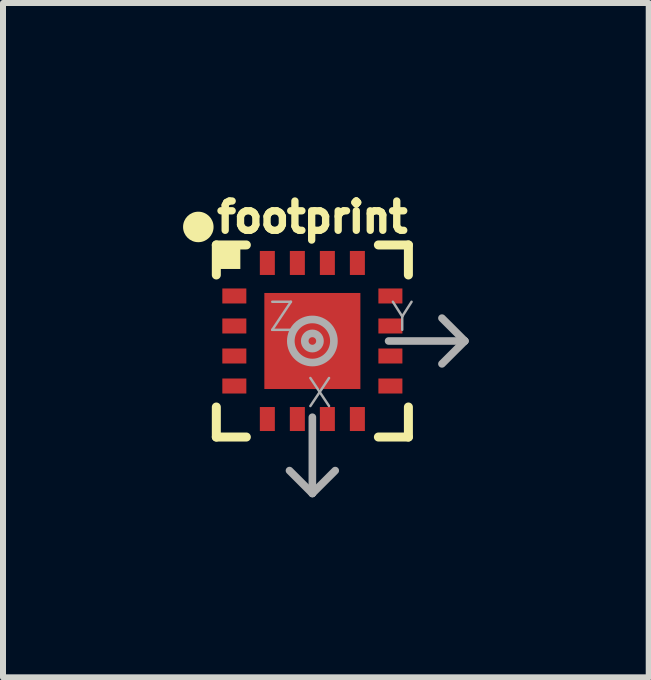
<source format=kicad_pcb>
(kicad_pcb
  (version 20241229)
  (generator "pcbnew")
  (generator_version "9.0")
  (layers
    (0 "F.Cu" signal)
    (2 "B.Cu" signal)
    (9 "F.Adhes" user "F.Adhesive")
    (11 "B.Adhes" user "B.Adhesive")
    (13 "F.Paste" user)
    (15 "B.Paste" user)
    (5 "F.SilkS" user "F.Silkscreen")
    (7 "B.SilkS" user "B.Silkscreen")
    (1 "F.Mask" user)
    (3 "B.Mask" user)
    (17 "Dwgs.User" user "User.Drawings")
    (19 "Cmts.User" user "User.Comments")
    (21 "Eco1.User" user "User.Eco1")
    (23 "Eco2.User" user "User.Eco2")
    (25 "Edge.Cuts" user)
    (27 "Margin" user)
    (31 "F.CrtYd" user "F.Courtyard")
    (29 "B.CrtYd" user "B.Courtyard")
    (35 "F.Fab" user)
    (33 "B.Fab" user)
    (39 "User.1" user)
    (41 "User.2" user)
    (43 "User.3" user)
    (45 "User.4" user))
  (footprint "footprint"
    (layer "F.Cu")
    (at 2.154 2.631)
    (property "Reference" "footprint" (at 0 -1.778 0) (layer "F.SilkS") (effects (font (size 0.488 0.488) (thickness 0.122)) (justify bottom)))
    (fp_poly (pts (xy -0.9 0.9) (xy 0.9 0.9) (xy 0.9 -0.9) (xy -0.9 -0.9)) (stroke (width 0) (type solid)) (fill yes) (layer "F.Mask"))
    (fp_line (start -1.6 -1.6) (end -1.1 -1.6) (stroke (width 0.15) (type solid)) (layer "F.SilkS"))
    (fp_line (start -1.6 -1.1) (end -1.6 -1.6) (stroke (width 0.15) (type solid)) (layer "F.SilkS"))
    (fp_line (start -1.6 1.6) (end -1.6 1.1) (stroke (width 0.15) (type solid)) (layer "F.SilkS"))
    (fp_line (start -1.1 1.6) (end -1.6 1.6) (stroke (width 0.15) (type solid)) (layer "F.SilkS"))
    (fp_line (start 1.1 -1.6) (end 1.6 -1.6) (stroke (width 0.15) (type solid)) (layer "F.SilkS"))
    (fp_line (start 1.6 -1.6) (end 1.6 -1.1) (stroke (width 0.15) (type solid)) (layer "F.SilkS"))
    (fp_line (start 1.6 1.1) (end 1.6 1.6) (stroke (width 0.15) (type solid)) (layer "F.SilkS"))
    (fp_line (start 1.6 1.6) (end 1.1 1.6) (stroke (width 0.15) (type solid)) (layer "F.SilkS"))
    (fp_circle (center -1.9 -1.9) (end -1.773 -1.9) (stroke (width 0.254) (type solid)) (fill yes) (layer "F.SilkS"))
    (fp_poly (pts (xy -1.6 -1.2) (xy -1.2 -1.2) (xy -1.2 -1.6) (xy -1.6 -1.6)) (stroke (width 0) (type solid)) (fill yes) (layer "F.SilkS"))
    (fp_poly (pts (xy -0.356 0.356) (xy 0.356 0.356) (xy 0.356 -0.356) (xy -0.356 -0.356)) (stroke (width 0) (type solid)) (fill yes) (layer "F.Paste"))
    (fp_line (start 0 1.27) (end 0 2.54) (stroke (width 0.127) (type solid)) (layer "F.Fab"))
    (fp_line (start 0 2.54) (end -0.381 2.159) (stroke (width 0.127) (type solid)) (layer "F.Fab"))
    (fp_line (start 0 2.54) (end 0.381 2.159) (stroke (width 0.127) (type solid)) (layer "F.Fab"))
    (fp_line (start 1.27 0) (end 2.54 0) (stroke (width 0.127) (type solid)) (layer "F.Fab"))
    (fp_line (start 2.54 0) (end 2.159 -0.381) (stroke (width 0.127) (type solid)) (layer "F.Fab"))
    (fp_line (start 2.54 0) (end 2.159 0.381) (stroke (width 0.127) (type solid)) (layer "F.Fab"))
    (fp_circle (center 0 0) (end 0.127 0) (stroke (width 0.127) (type solid)) (fill no) (layer "F.Fab"))
    (fp_circle (center 0 0) (end 0.359 0) (stroke (width 0.127) (type solid)) (fill no) (layer "F.Fab"))
    (fp_text user "X" (at -0.127 1.143 0) (layer "F.Fab") (effects (font (size 0.467 0.467) (thickness 0.041)) (justify left bottom)))
    (fp_text user "Y" (at 1.27 -0.127 0) (layer "F.Fab") (effects (font (size 0.467 0.467) (thickness 0.041)) (justify left bottom)))
    (fp_text user "Z" (at -0.762 -0.127 0) (layer "F.Fab") (effects (font (size 0.467 0.467) (thickness 0.041)) (justify left bottom)))
    (pad "1" smd rect (at -1.3 -0.75) (size 0.4 0.25) (layers "F.Cu" "F.Mask" "F.Paste"))
    (pad "2" smd rect (at -1.3 -0.25) (size 0.4 0.25) (layers "F.Cu" "F.Mask" "F.Paste"))
    (pad "3" smd rect (at -1.3 0.25) (size 0.4 0.25) (layers "F.Cu" "F.Mask" "F.Paste"))
    (pad "4" smd rect (at -1.3 0.75) (size 0.4 0.25) (layers "F.Cu" "F.Mask" "F.Paste"))
    (pad "5" smd rect (at -0.75 1.3 90) (size 0.4 0.25) (layers "F.Cu" "F.Mask" "F.Paste"))
    (pad "6" smd rect (at -0.25 1.3 90) (size 0.4 0.25) (layers "F.Cu" "F.Mask" "F.Paste"))
    (pad "7" smd rect (at 0.25 1.3 90) (size 0.4 0.25) (layers "F.Cu" "F.Mask" "F.Paste"))
    (pad "8" smd rect (at 0.75 1.3 90) (size 0.4 0.25) (layers "F.Cu" "F.Mask" "F.Paste"))
    (pad "9" smd rect (at 1.3 0.75 180) (size 0.4 0.25) (layers "F.Cu" "F.Mask" "F.Paste"))
    (pad "10" smd rect (at 1.3 0.25 180) (size 0.4 0.25) (layers "F.Cu" "F.Mask" "F.Paste"))
    (pad "11" smd rect (at 1.3 -0.25 180) (size 0.4 0.25) (layers "F.Cu" "F.Mask" "F.Paste"))
    (pad "12" smd rect (at 1.3 -0.75 180) (size 0.4 0.25) (layers "F.Cu" "F.Mask" "F.Paste"))
    (pad "13" smd rect (at 0.75 -1.3 270) (size 0.4 0.25) (layers "F.Cu" "F.Mask" "F.Paste"))
    (pad "14" smd rect (at 0.25 -1.3 270) (size 0.4 0.25) (layers "F.Cu" "F.Mask" "F.Paste"))
    (pad "15" smd rect (at -0.25 -1.3 270) (size 0.4 0.25) (layers "F.Cu" "F.Mask" "F.Paste"))
    (pad "16" smd rect (at -0.75 -1.3 270) (size 0.4 0.25) (layers "F.Cu" "F.Mask" "F.Paste"))
    (pad "EXP" smd rect (at 0 0) (size 1.6 1.6) (layers "F.Cu")))
  (gr_rect
    (start -3 -3)
    (end 7.758 8.235)
    (stroke (width 0.1) (type default))
    (fill no)
    (layer "Edge.Cuts")))
</source>
